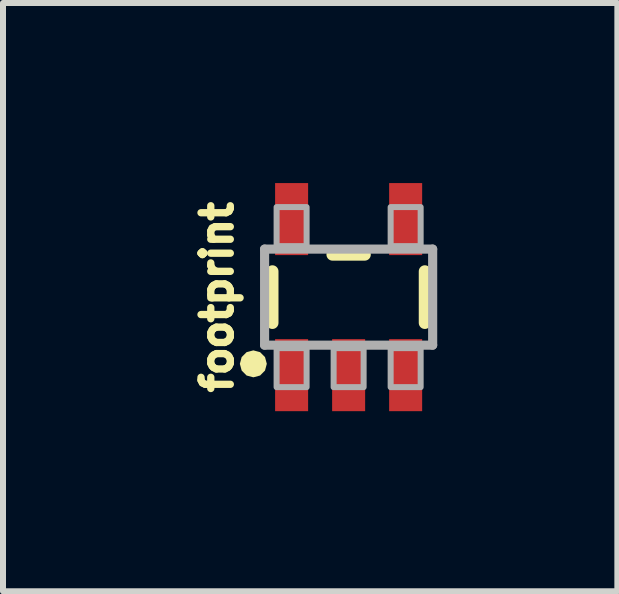
<source format=kicad_pcb>
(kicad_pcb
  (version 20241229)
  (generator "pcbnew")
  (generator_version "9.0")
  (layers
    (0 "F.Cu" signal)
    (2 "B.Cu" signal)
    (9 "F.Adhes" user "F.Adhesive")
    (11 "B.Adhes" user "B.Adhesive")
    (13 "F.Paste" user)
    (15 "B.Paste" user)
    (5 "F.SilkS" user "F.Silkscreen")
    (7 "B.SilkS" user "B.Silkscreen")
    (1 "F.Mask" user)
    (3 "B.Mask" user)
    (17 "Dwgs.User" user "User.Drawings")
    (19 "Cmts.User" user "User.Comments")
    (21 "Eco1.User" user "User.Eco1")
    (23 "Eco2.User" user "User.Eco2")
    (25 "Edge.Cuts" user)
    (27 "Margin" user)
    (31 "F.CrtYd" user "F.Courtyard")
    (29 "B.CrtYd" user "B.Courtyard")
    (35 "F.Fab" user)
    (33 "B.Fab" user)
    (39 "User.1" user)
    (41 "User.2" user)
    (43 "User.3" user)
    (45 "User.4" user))
  (footprint "footprint"
    (layer "F.Cu")
    (at 2.758 1.9)
    (property "Reference" "footprint" (at -1.905 0 90) (layer "F.SilkS") (effects (font (size 0.488 0.488) (thickness 0.122)) (justify bottom)))
    (fp_line (start -1.27 0.429) (end -1.27 -0.429) (stroke (width 0.203) (type solid)) (layer "F.SilkS"))
    (fp_line (start -0.268 -0.709) (end 0.268 -0.709) (stroke (width 0.203) (type solid)) (layer "F.SilkS"))
    (fp_line (start 1.27 -0.429) (end 1.27 0.429) (stroke (width 0.203) (type solid)) (layer "F.SilkS"))
    (fp_poly (pts (xy -1.475 0.917) (xy -1.393 0.999) (xy -1.363 1.111) (xy -1.393 1.223) (xy -1.475 1.306) (xy -1.587 1.336) (xy -1.7 1.306) (xy -1.782 1.223) (xy -1.812 1.111) (xy -1.782 0.999) (xy -1.7 0.917) (xy -1.587 0.887)) (stroke (width 0) (type solid)) (fill yes) (layer "F.SilkS"))
    (fp_line (start -1.4 -0.8) (end -1.4 0.8) (stroke (width 0.152) (type solid)) (layer "F.Fab"))
    (fp_line (start -1.4 -0.8) (end 1.4 -0.8) (stroke (width 0.152) (type solid)) (layer "F.Fab"))
    (fp_line (start 1.4 -0.8) (end 1.4 0.8) (stroke (width 0.152) (type solid)) (layer "F.Fab"))
    (fp_line (start 1.4 0.8) (end -1.4 0.8) (stroke (width 0.152) (type solid)) (layer "F.Fab"))
    (fp_poly (pts (xy -1.2 -0.85) (xy -0.7 -0.85) (xy -0.7 -1.5) (xy -1.2 -1.5)) (stroke (width 0.1) (type solid)) (fill no) (layer "F.Fab"))
    (fp_poly (pts (xy -1.2 1.5) (xy -0.7 1.5) (xy -0.7 0.85) (xy -1.2 0.85)) (stroke (width 0.1) (type solid)) (fill no) (layer "F.Fab"))
    (fp_poly (pts (xy -0.25 1.5) (xy 0.25 1.5) (xy 0.25 0.85) (xy -0.25 0.85)) (stroke (width 0.1) (type solid)) (fill no) (layer "F.Fab"))
    (fp_poly (pts (xy 0.7 -0.85) (xy 1.2 -0.85) (xy 1.2 -1.5) (xy 0.7 -1.5)) (stroke (width 0.1) (type solid)) (fill no) (layer "F.Fab"))
    (fp_poly (pts (xy 0.7 1.5) (xy 1.2 1.5) (xy 1.2 0.85) (xy 0.7 0.85)) (stroke (width 0.1) (type solid)) (fill no) (layer "F.Fab"))
    (pad "1" smd rect (at -0.95 1.3) (size 0.55 1.2) (layers "F.Cu" "F.Mask" "F.Paste"))
    (pad "2" smd rect (at 0 1.3) (size 0.55 1.2) (layers "F.Cu" "F.Mask" "F.Paste"))
    (pad "3" smd rect (at 0.95 1.3) (size 0.55 1.2) (layers "F.Cu" "F.Mask" "F.Paste"))
    (pad "4" smd rect (at 0.95 -1.3) (size 0.55 1.2) (layers "F.Cu" "F.Mask" "F.Paste"))
    (pad "5" smd rect (at -0.95 -1.3) (size 0.55 1.2) (layers "F.Cu" "F.Mask" "F.Paste")))
  (gr_rect
    (start -3 -3)
    (end 7.235 6.8)
    (stroke (width 0.1) (type default))
    (fill no)
    (layer "Edge.Cuts")))
</source>
